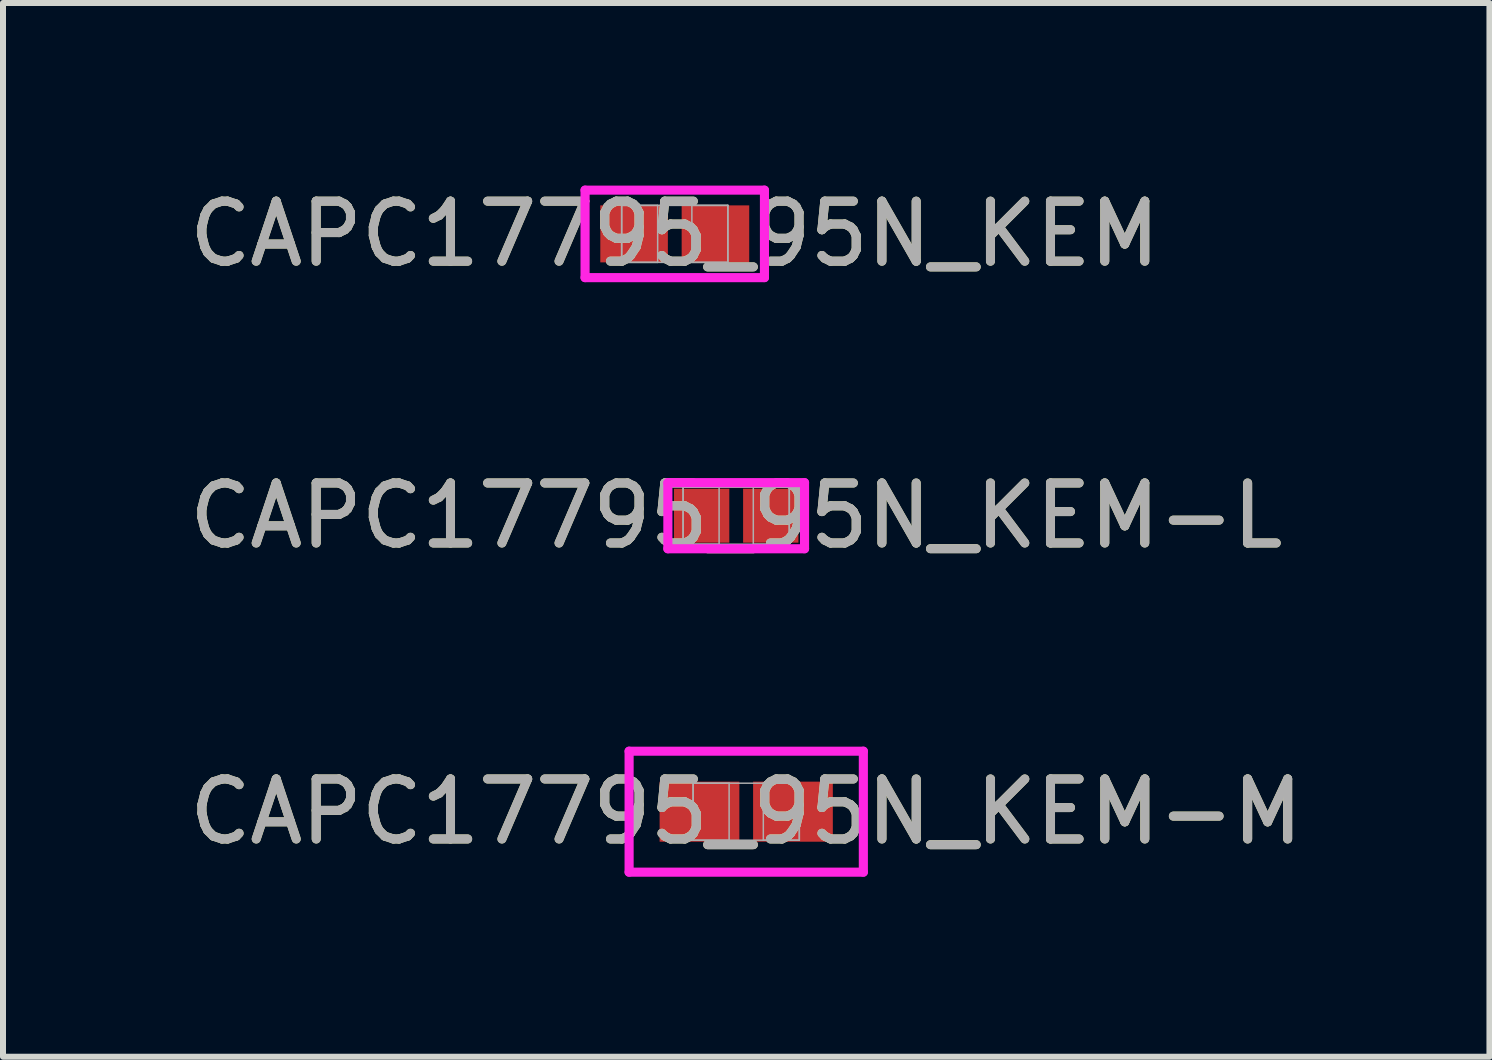
<source format=kicad_pcb>
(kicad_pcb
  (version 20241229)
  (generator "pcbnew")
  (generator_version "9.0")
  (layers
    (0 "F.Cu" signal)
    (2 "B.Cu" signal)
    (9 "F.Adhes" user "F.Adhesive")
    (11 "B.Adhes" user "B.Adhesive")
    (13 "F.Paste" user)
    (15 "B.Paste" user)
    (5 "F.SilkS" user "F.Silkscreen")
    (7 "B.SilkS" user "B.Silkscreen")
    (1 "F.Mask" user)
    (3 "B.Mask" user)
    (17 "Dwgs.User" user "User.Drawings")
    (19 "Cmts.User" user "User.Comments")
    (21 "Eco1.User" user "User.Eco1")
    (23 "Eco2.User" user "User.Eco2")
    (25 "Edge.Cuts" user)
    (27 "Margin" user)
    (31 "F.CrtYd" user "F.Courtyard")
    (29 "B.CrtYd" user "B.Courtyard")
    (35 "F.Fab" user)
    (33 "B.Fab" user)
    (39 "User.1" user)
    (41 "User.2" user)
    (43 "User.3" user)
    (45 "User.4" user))
  (footprint "CAPC17795_95N_KEM-L"
    (layer "F.Cu")
    (at 9.22 5.545)
    (property "Reference" "CAPC17795_95N_KEM-L" (at 0 0 0) (unlocked yes) (layer "F.SilkS") (effects (font (size 1 1) (thickness 0.15))))
    (attr smd)
    (fp_line (start -1.139 -0.551) (end 1.139 -0.551) (stroke (width 0.152) (type solid)) (layer "F.CrtYd"))
    (fp_line (start -1.139 0.551) (end -1.139 -0.551) (stroke (width 0.152) (type solid)) (layer "F.CrtYd"))
    (fp_line (start 1.139 -0.551) (end 1.139 0.551) (stroke (width 0.152) (type solid)) (layer "F.CrtYd"))
    (fp_line (start 1.139 0.551) (end -1.139 0.551) (stroke (width 0.152) (type solid)) (layer "F.CrtYd"))
    (fp_line (start -0.885 -0.475) (end -0.885 0.475) (stroke (width 0.025) (type solid)) (layer "F.Fab"))
    (fp_line (start -0.885 -0.475) (end -0.885 0.475) (stroke (width 0.025) (type solid)) (layer "F.Fab"))
    (fp_line (start -0.885 0.475) (end -0.285 0.475) (stroke (width 0.025) (type solid)) (layer "F.Fab"))
    (fp_line (start -0.885 0.475) (end 0.885 0.475) (stroke (width 0.025) (type solid)) (layer "F.Fab"))
    (fp_line (start -0.285 -0.475) (end -0.885 -0.475) (stroke (width 0.025) (type solid)) (layer "F.Fab"))
    (fp_line (start -0.285 0.475) (end -0.285 -0.475) (stroke (width 0.025) (type solid)) (layer "F.Fab"))
    (fp_line (start 0.285 -0.475) (end 0.285 0.475) (stroke (width 0.025) (type solid)) (layer "F.Fab"))
    (fp_line (start 0.285 0.475) (end 0.885 0.475) (stroke (width 0.025) (type solid)) (layer "F.Fab"))
    (fp_line (start 0.885 -0.475) (end -0.885 -0.475) (stroke (width 0.025) (type solid)) (layer "F.Fab"))
    (fp_line (start 0.885 -0.475) (end 0.285 -0.475) (stroke (width 0.025) (type solid)) (layer "F.Fab"))
    (fp_line (start 0.885 0.475) (end 0.885 -0.475) (stroke (width 0.025) (type solid)) (layer "F.Fab"))
    (fp_line (start 0.885 0.475) (end 0.885 -0.475) (stroke (width 0.025) (type solid)) (layer "F.Fab"))
    (fp_text user "${REFERENCE}" (at 0 0 0) (unlocked yes) (layer "F.Fab") (effects (font (size 1 1) (thickness 0.15))))
    (pad "1" smd rect (at -0.576 0) (size 0.922 0.899) (layers "F.Cu" "F.Mask" "F.Paste"))
    (pad "2" smd rect (at 0.576 0) (size 0.922 0.899) (layers "F.Cu" "F.Mask" "F.Paste"))
    (zone (net_name "") (layer "F.Cu") (hatch full 0.508) (connect_pads) (min_thickness 0.254) (filled_areas_thickness no) (keepout (tracks not_allowed) (vias not_allowed) (pads allowed) (copperpour not_allowed) (footprints allowed)) (placement (enabled no)) (fill) (polygon (pts (xy 9.156 5.121) (xy 9.284 5.121) (xy 9.284 5.969) (xy 9.156 5.969)))))
  (footprint "CAPC17795_95N_KEM-M"
    (layer "F.Cu")
    (at 9.387 10.478)
    (property "Reference" "CAPC17795_95N_KEM-M" (at 0 0 0) (unlocked yes) (layer "F.SilkS") (effects (font (size 1 1) (thickness 0.15))))
    (attr smd)
    (fp_line (start -1.952 -1.008) (end 1.952 -1.008) (stroke (width 0.152) (type solid)) (layer "F.CrtYd"))
    (fp_line (start -1.952 1.008) (end -1.952 -1.008) (stroke (width 0.152) (type solid)) (layer "F.CrtYd"))
    (fp_line (start 1.952 -1.008) (end 1.952 1.008) (stroke (width 0.152) (type solid)) (layer "F.CrtYd"))
    (fp_line (start 1.952 1.008) (end -1.952 1.008) (stroke (width 0.152) (type solid)) (layer "F.CrtYd"))
    (fp_line (start -0.885 -0.475) (end -0.885 0.475) (stroke (width 0.025) (type solid)) (layer "F.Fab"))
    (fp_line (start -0.885 -0.475) (end -0.885 0.475) (stroke (width 0.025) (type solid)) (layer "F.Fab"))
    (fp_line (start -0.885 0.475) (end -0.285 0.475) (stroke (width 0.025) (type solid)) (layer "F.Fab"))
    (fp_line (start -0.885 0.475) (end 0.885 0.475) (stroke (width 0.025) (type solid)) (layer "F.Fab"))
    (fp_line (start -0.285 -0.475) (end -0.885 -0.475) (stroke (width 0.025) (type solid)) (layer "F.Fab"))
    (fp_line (start -0.285 0.475) (end -0.285 -0.475) (stroke (width 0.025) (type solid)) (layer "F.Fab"))
    (fp_line (start 0.285 -0.475) (end 0.285 0.475) (stroke (width 0.025) (type solid)) (layer "F.Fab"))
    (fp_line (start 0.285 0.475) (end 0.885 0.475) (stroke (width 0.025) (type solid)) (layer "F.Fab"))
    (fp_line (start 0.885 -0.475) (end -0.885 -0.475) (stroke (width 0.025) (type solid)) (layer "F.Fab"))
    (fp_line (start 0.885 -0.475) (end 0.285 -0.475) (stroke (width 0.025) (type solid)) (layer "F.Fab"))
    (fp_line (start 0.885 0.475) (end 0.885 -0.475) (stroke (width 0.025) (type solid)) (layer "F.Fab"))
    (fp_line (start 0.885 0.475) (end 0.885 -0.475) (stroke (width 0.025) (type solid)) (layer "F.Fab"))
    (fp_text user "${REFERENCE}" (at 0 0 0) (unlocked yes) (layer "F.Fab") (effects (font (size 1 1) (thickness 0.15))))
    (pad "1" smd rect (at -0.779 0) (size 1.329 1.001) (layers "F.Cu" "F.Mask" "F.Paste"))
    (pad "2" smd rect (at 0.779 0) (size 1.329 1.001) (layers "F.Cu" "F.Mask" "F.Paste"))
    (zone (net_name "") (layer "F.Cu") (hatch full 0.508) (connect_pads) (min_thickness 0.254) (filled_areas_thickness no) (keepout (tracks not_allowed) (vias not_allowed) (pads allowed) (copperpour not_allowed) (footprints allowed)) (placement (enabled no)) (fill) (polygon (pts (xy 9.323 10.053) (xy 9.451 10.053) (xy 9.451 10.902) (xy 9.323 10.902)))))
  (footprint "CAPC17795_95N_KEM"
    (layer "F.Cu")
    (at 8.196 0.848)
    (property "Reference" "CAPC17795_95N_KEM" (at 0 0 0) (unlocked yes) (layer "F.SilkS") (effects (font (size 1 1) (thickness 0.15))))
    (attr smd)
    (fp_line (start -1.495 -0.729) (end 1.495 -0.729) (stroke (width 0.152) (type solid)) (layer "F.CrtYd"))
    (fp_line (start -1.495 0.729) (end -1.495 -0.729) (stroke (width 0.152) (type solid)) (layer "F.CrtYd"))
    (fp_line (start 1.495 -0.729) (end 1.495 0.729) (stroke (width 0.152) (type solid)) (layer "F.CrtYd"))
    (fp_line (start 1.495 0.729) (end -1.495 0.729) (stroke (width 0.152) (type solid)) (layer "F.CrtYd"))
    (fp_line (start -0.885 -0.475) (end -0.885 0.475) (stroke (width 0.025) (type solid)) (layer "F.Fab"))
    (fp_line (start -0.885 -0.475) (end -0.885 0.475) (stroke (width 0.025) (type solid)) (layer "F.Fab"))
    (fp_line (start -0.885 0.475) (end -0.285 0.475) (stroke (width 0.025) (type solid)) (layer "F.Fab"))
    (fp_line (start -0.885 0.475) (end 0.885 0.475) (stroke (width 0.025) (type solid)) (layer "F.Fab"))
    (fp_line (start -0.285 -0.475) (end -0.885 -0.475) (stroke (width 0.025) (type solid)) (layer "F.Fab"))
    (fp_line (start -0.285 0.475) (end -0.285 -0.475) (stroke (width 0.025) (type solid)) (layer "F.Fab"))
    (fp_line (start 0.285 -0.475) (end 0.285 0.475) (stroke (width 0.025) (type solid)) (layer "F.Fab"))
    (fp_line (start 0.285 0.475) (end 0.885 0.475) (stroke (width 0.025) (type solid)) (layer "F.Fab"))
    (fp_line (start 0.885 -0.475) (end -0.885 -0.475) (stroke (width 0.025) (type solid)) (layer "F.Fab"))
    (fp_line (start 0.885 -0.475) (end 0.285 -0.475) (stroke (width 0.025) (type solid)) (layer "F.Fab"))
    (fp_line (start 0.885 0.475) (end 0.885 -0.475) (stroke (width 0.025) (type solid)) (layer "F.Fab"))
    (fp_line (start 0.885 0.475) (end 0.885 -0.475) (stroke (width 0.025) (type solid)) (layer "F.Fab"))
    (fp_text user "${REFERENCE}" (at 0 0 0) (unlocked yes) (layer "F.Fab") (effects (font (size 1 1) (thickness 0.15))))
    (pad "1" smd rect (at -0.678 0) (size 1.126 0.95) (layers "F.Cu" "F.Mask" "F.Paste"))
    (pad "2" smd rect (at 0.678 0) (size 1.126 0.95) (layers "F.Cu" "F.Mask" "F.Paste"))
    (zone (net_name "") (layer "F.Cu") (hatch full 0.508) (connect_pads) (min_thickness 0.254) (filled_areas_thickness no) (keepout (tracks not_allowed) (vias not_allowed) (pads allowed) (copperpour not_allowed) (footprints allowed)) (placement (enabled no)) (fill) (polygon (pts (xy 8.132 0.424) (xy 8.261 0.424) (xy 8.261 1.272) (xy 8.132 1.272)))))
  (gr_rect
    (start -3 -3)
    (end 21.774 14.562)
    (stroke (width 0.1) (type default))
    (fill no)
    (layer "Edge.Cuts")))
</source>
